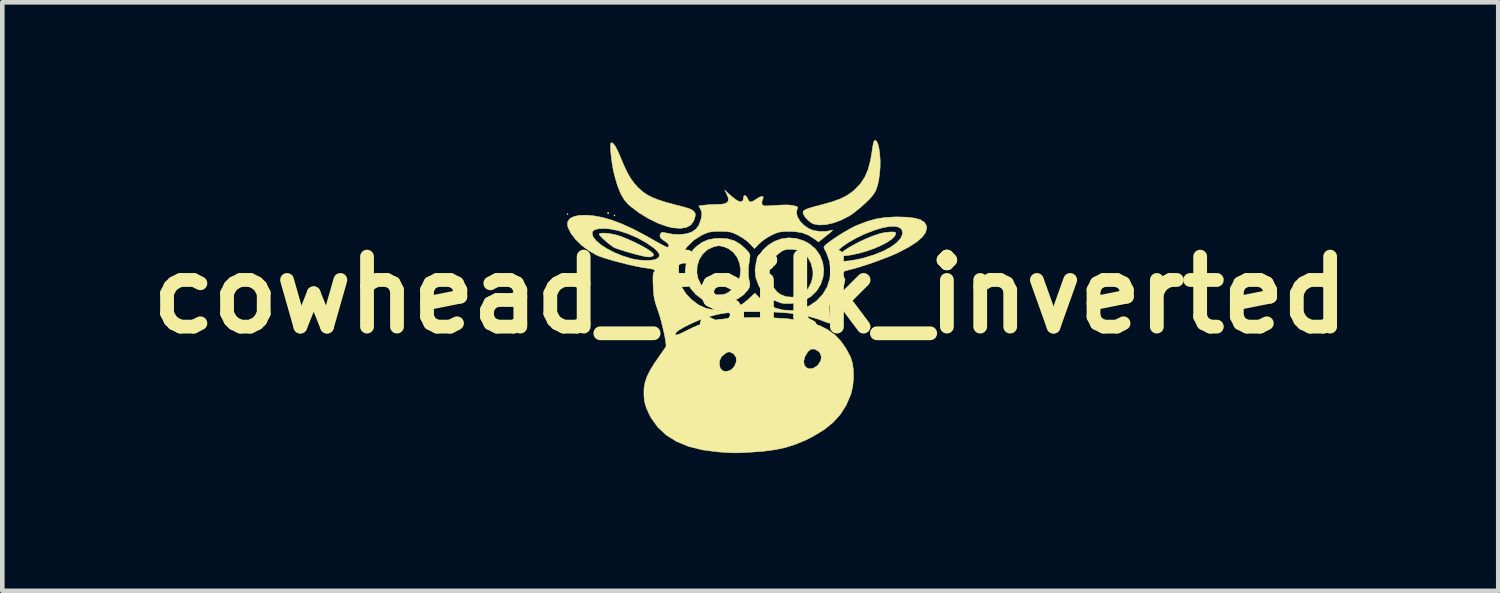
<source format=kicad_pcb>
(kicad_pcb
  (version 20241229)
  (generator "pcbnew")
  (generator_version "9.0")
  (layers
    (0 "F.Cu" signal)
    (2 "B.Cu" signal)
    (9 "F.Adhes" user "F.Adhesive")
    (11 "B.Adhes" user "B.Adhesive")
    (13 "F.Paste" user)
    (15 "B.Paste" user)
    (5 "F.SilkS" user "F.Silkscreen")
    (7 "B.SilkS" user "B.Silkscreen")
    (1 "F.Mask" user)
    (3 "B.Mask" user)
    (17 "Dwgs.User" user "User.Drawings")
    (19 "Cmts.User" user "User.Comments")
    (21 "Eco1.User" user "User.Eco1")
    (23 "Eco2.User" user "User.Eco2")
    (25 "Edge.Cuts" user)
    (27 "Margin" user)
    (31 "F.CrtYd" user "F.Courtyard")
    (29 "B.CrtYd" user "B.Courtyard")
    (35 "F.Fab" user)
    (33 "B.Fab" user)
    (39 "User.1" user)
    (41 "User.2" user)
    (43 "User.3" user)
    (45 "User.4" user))
  (footprint "cowhead_fsilk_inverted"
    (layer "F.Cu")
    (at 13.288 3.373)
    (property "Reference" "cowhead_fsilk_inverted" (at 0 0 0) (layer "F.SilkS") (effects (font (size 1.524 1.524) (thickness 0.3))))
    (attr through_hole)
    (fp_poly (pts (xy -3.967 -1.759) (xy -3.98 -1.747) (xy -3.992 -1.759) (xy -3.98 -1.772) (xy -3.967 -1.759)) (stroke (width 0.01) (type solid)) (fill yes) (layer "F.SilkS"))
    (fp_poly (pts (xy -2.944 -1.734) (xy -2.957 -1.722) (xy -2.969 -1.734) (xy -2.957 -1.747) (xy -2.944 -1.734)) (stroke (width 0.01) (type solid)) (fill yes) (layer "F.SilkS"))
    (fp_poly (pts (xy -3.077 -1.788) (xy -3.081 -1.773) (xy -3.094 -1.772) (xy -3.114 -1.781) (xy -3.111 -1.788) (xy -3.081 -1.791) (xy -3.077 -1.788)) (stroke (width 0.01) (type solid)) (fill yes) (layer "F.SilkS"))
    (fp_poly (pts (xy 3.142 -1.369) (xy 3.164 -1.357) (xy 3.169 -1.337) (xy 3.145 -1.279) (xy 3.08 -1.215) (xy 2.98 -1.147) (xy 2.852 -1.08) (xy 2.703 -1.015) (xy 2.54 -0.957) (xy 2.371 -0.909) (xy 2.201 -0.872) (xy 2.086 -0.856) (xy 2.004 -0.849) (xy 1.961 -0.852) (xy 1.949 -0.867) (xy 1.95 -0.876) (xy 1.981 -0.915) (xy 2.05 -0.969) (xy 2.149 -1.033) (xy 2.27 -1.101) (xy 2.404 -1.17) (xy 2.544 -1.234) (xy 2.556 -1.239) (xy 2.708 -1.299) (xy 2.83 -1.338) (xy 2.936 -1.36) (xy 3 -1.367) (xy 3.09 -1.372) (xy 3.142 -1.369)) (stroke (width 0.01) (type solid)) (fill yes) (layer "F.SilkS"))
    (fp_poly (pts (xy -3.126 -1.343) (xy -3.026 -1.33) (xy -2.923 -1.307) (xy -2.878 -1.295) (xy -2.761 -1.253) (xy -2.626 -1.196) (xy -2.487 -1.132) (xy -2.356 -1.064) (xy -2.245 -1.001) (xy -2.168 -0.947) (xy -2.163 -0.943) (xy -2.115 -0.898) (xy -2.103 -0.87) (xy -2.121 -0.849) (xy -2.156 -0.833) (xy -2.204 -0.827) (xy -2.271 -0.834) (xy -2.366 -0.853) (xy -2.496 -0.886) (xy -2.588 -0.911) (xy -2.711 -0.947) (xy -2.823 -0.982) (xy -2.91 -1.011) (xy -2.962 -1.032) (xy -2.962 -1.033) (xy -3.017 -1.068) (xy -3.086 -1.121) (xy -3.159 -1.183) (xy -3.225 -1.243) (xy -3.273 -1.293) (xy -3.293 -1.323) (xy -3.294 -1.324) (xy -3.271 -1.341) (xy -3.212 -1.347) (xy -3.126 -1.343)) (stroke (width 0.01) (type solid)) (fill yes) (layer "F.SilkS"))
    (fp_poly (pts (xy -2.986 -3.299) (xy -2.939 -3.237) (xy -2.884 -3.132) (xy -2.829 -3.005) (xy -2.751 -2.819) (xy -2.681 -2.671) (xy -2.613 -2.551) (xy -2.542 -2.45) (xy -2.462 -2.359) (xy -2.436 -2.332) (xy -2.348 -2.252) (xy -2.251 -2.184) (xy -2.138 -2.125) (xy -2 -2.07) (xy -1.831 -2.016) (xy -1.621 -1.96) (xy -1.57 -1.948) (xy -1.416 -1.907) (xy -1.307 -1.87) (xy -1.237 -1.83) (xy -1.202 -1.783) (xy -1.197 -1.725) (xy -1.218 -1.65) (xy -1.234 -1.608) (xy -1.295 -1.524) (xy -1.391 -1.471) (xy -1.521 -1.45) (xy -1.679 -1.462) (xy -1.796 -1.487) (xy -1.999 -1.558) (xy -2.213 -1.662) (xy -2.423 -1.79) (xy -2.611 -1.933) (xy -2.66 -1.976) (xy -2.747 -2.078) (xy -2.824 -2.214) (xy -2.894 -2.39) (xy -2.958 -2.611) (xy -2.959 -2.614) (xy -2.985 -2.73) (xy -3.007 -2.856) (xy -3.025 -2.983) (xy -3.037 -3.102) (xy -3.043 -3.204) (xy -3.042 -3.278) (xy -3.032 -3.316) (xy -3.027 -3.318) (xy -2.986 -3.299)) (stroke (width 0.01) (type solid)) (fill yes) (layer "F.SilkS"))
    (fp_poly (pts (xy 2.753 -3.345) (xy 2.781 -3.28) (xy 2.804 -3.184) (xy 2.82 -3.064) (xy 2.829 -2.929) (xy 2.828 -2.788) (xy 2.819 -2.664) (xy 2.797 -2.5) (xy 2.769 -2.373) (xy 2.731 -2.27) (xy 2.675 -2.179) (xy 2.596 -2.088) (xy 2.508 -2.002) (xy 2.407 -1.912) (xy 2.301 -1.825) (xy 2.206 -1.754) (xy 2.157 -1.722) (xy 1.985 -1.633) (xy 1.812 -1.569) (xy 1.649 -1.532) (xy 1.502 -1.524) (xy 1.381 -1.546) (xy 1.333 -1.569) (xy 1.256 -1.628) (xy 1.192 -1.699) (xy 1.154 -1.766) (xy 1.148 -1.797) (xy 1.154 -1.823) (xy 1.179 -1.846) (xy 1.227 -1.87) (xy 1.305 -1.897) (xy 1.42 -1.93) (xy 1.574 -1.97) (xy 1.784 -2.029) (xy 1.955 -2.091) (xy 2.096 -2.161) (xy 2.217 -2.243) (xy 2.274 -2.291) (xy 2.398 -2.42) (xy 2.493 -2.563) (xy 2.565 -2.729) (xy 2.618 -2.928) (xy 2.644 -3.081) (xy 2.663 -3.207) (xy 2.678 -3.291) (xy 2.692 -3.34) (xy 2.707 -3.363) (xy 2.72 -3.368) (xy 2.753 -3.345)) (stroke (width 0.01) (type solid)) (fill yes) (layer "F.SilkS"))
    (fp_poly (pts (xy 1.003 -1.23) (xy 1.173 -1.176) (xy 1.28 -1.118) (xy 1.418 -1.003) (xy 1.516 -0.865) (xy 1.577 -0.712) (xy 1.6 -0.55) (xy 1.585 -0.388) (xy 1.534 -0.232) (xy 1.447 -0.09) (xy 1.324 0.031) (xy 1.183 0.116) (xy 1.049 0.161) (xy 0.897 0.186) (xy 0.751 0.187) (xy 0.667 0.174) (xy 0.489 0.105) (xy 0.338 -0.003) (xy 0.218 -0.146) (xy 0.183 -0.207) (xy 0.121 -0.377) (xy 0.113 -0.454) (xy 0.414 -0.454) (xy 0.435 -0.311) (xy 0.492 -0.178) (xy 0.585 -0.066) (xy 0.657 -0.012) (xy 0.782 0.038) (xy 0.92 0.048) (xy 1.055 0.021) (xy 1.16 -0.036) (xy 1.26 -0.141) (xy 1.331 -0.274) (xy 1.365 -0.42) (xy 1.365 -0.511) (xy 1.328 -0.679) (xy 1.257 -0.814) (xy 1.155 -0.914) (xy 1.025 -0.976) (xy 0.923 -0.993) (xy 0.824 -0.995) (xy 0.749 -0.981) (xy 0.676 -0.947) (xy 0.559 -0.854) (xy 0.475 -0.735) (xy 0.427 -0.599) (xy 0.414 -0.454) (xy 0.113 -0.454) (xy 0.104 -0.543) (xy 0.127 -0.7) (xy 0.185 -0.845) (xy 0.273 -0.974) (xy 0.388 -1.082) (xy 0.523 -1.166) (xy 0.673 -1.221) (xy 0.835 -1.244) (xy 1.003 -1.23)) (stroke (width 0.01) (type solid)) (fill yes) (layer "F.SilkS"))
    (fp_poly (pts (xy -0.488 -1.222) (xy -0.345 -1.18) (xy -0.216 -1.103) (xy -0.111 -1.011) (xy -0.048 -0.944) (xy -0.015 -0.896) (xy -0.005 -0.854) (xy -0.01 -0.815) (xy -0.039 -0.602) (xy -0.041 -0.427) (xy -0.026 -0.328) (xy -0.01 -0.249) (xy -0.01 -0.195) (xy -0.03 -0.146) (xy -0.047 -0.116) (xy -0.144 -0.005) (xy -0.275 0.085) (xy -0.43 0.149) (xy -0.598 0.185) (xy -0.766 0.187) (xy -0.881 0.165) (xy -1.043 0.095) (xy -1.188 -0.014) (xy -1.305 -0.153) (xy -1.385 -0.312) (xy -1.4 -0.358) (xy -1.413 -0.474) (xy -1.162 -0.474) (xy -1.138 -0.356) (xy -1.07 -0.218) (xy -0.972 -0.11) (xy -0.854 -0.036) (xy -0.722 -0.002) (xy -0.585 -0.01) (xy -0.532 -0.026) (xy -0.472 -0.06) (xy -0.401 -0.114) (xy -0.367 -0.145) (xy -0.277 -0.263) (xy -0.225 -0.398) (xy -0.21 -0.541) (xy -0.23 -0.682) (xy -0.282 -0.813) (xy -0.365 -0.925) (xy -0.476 -1.01) (xy -0.568 -1.047) (xy -0.642 -1.066) (xy -0.694 -1.071) (xy -0.75 -1.061) (xy -0.804 -1.047) (xy -0.933 -0.987) (xy -1.037 -0.89) (xy -1.114 -0.766) (xy -1.157 -0.624) (xy -1.162 -0.474) (xy -1.413 -0.474) (xy -1.418 -0.516) (xy -1.396 -0.681) (xy -1.337 -0.841) (xy -1.246 -0.982) (xy -1.182 -1.048) (xy -1.05 -1.145) (xy -0.913 -1.204) (xy -0.755 -1.231) (xy -0.661 -1.234) (xy -0.488 -1.222)) (stroke (width 0.01) (type solid)) (fill yes) (layer "F.SilkS"))
    (fp_poly (pts (xy -0.444 -2.18) (xy -0.334 -2.088) (xy -0.249 -2.037) (xy -0.19 -2.028) (xy -0.157 -2.059) (xy -0.15 -2.108) (xy -0.138 -2.158) (xy -0.111 -2.167) (xy -0.078 -2.136) (xy -0.058 -2.096) (xy -0.027 -2.041) (xy 0.013 -2.025) (xy 0.072 -2.048) (xy 0.125 -2.083) (xy 0.195 -2.127) (xy 0.25 -2.146) (xy 0.281 -2.139) (xy 0.28 -2.106) (xy 0.275 -2.098) (xy 0.252 -2.027) (xy 0.258 -1.97) (xy 0.292 -1.942) (xy 0.292 -1.942) (xy 0.335 -1.94) (xy 0.414 -1.942) (xy 0.516 -1.948) (xy 0.573 -1.952) (xy 0.719 -1.96) (xy 0.831 -1.96) (xy 0.924 -1.949) (xy 1.004 -1.93) (xy 1.034 -1.912) (xy 1.025 -1.875) (xy 1.021 -1.868) (xy 1.005 -1.789) (xy 1.028 -1.699) (xy 1.084 -1.606) (xy 1.165 -1.52) (xy 1.265 -1.45) (xy 1.367 -1.407) (xy 1.513 -1.382) (xy 1.667 -1.386) (xy 1.791 -1.415) (xy 1.792 -1.408) (xy 1.76 -1.376) (xy 1.701 -1.326) (xy 1.659 -1.293) (xy 1.485 -1.154) (xy 1.409 -1.213) (xy 1.272 -1.3) (xy 1.129 -1.355) (xy 0.965 -1.38) (xy 0.861 -1.384) (xy 0.745 -1.382) (xy 0.66 -1.374) (xy 0.587 -1.356) (xy 0.507 -1.323) (xy 0.468 -1.305) (xy 0.361 -1.246) (xy 0.259 -1.173) (xy 0.195 -1.117) (xy 0.091 -1.009) (xy -0.008 -1.116) (xy -0.084 -1.184) (xy -0.184 -1.254) (xy -0.271 -1.304) (xy -0.357 -1.344) (xy -0.428 -1.368) (xy -0.503 -1.38) (xy -0.601 -1.384) (xy -0.661 -1.385) (xy -0.777 -1.383) (xy -0.862 -1.374) (xy -0.935 -1.355) (xy -1.015 -1.323) (xy -1.048 -1.307) (xy -1.23 -1.194) (xy -1.381 -1.046) (xy -1.492 -0.873) (xy -1.527 -0.794) (xy -1.547 -0.721) (xy -1.557 -0.636) (xy -1.558 -0.524) (xy -1.542 -0.334) (xy -1.492 -0.172) (xy -1.402 -0.028) (xy -1.284 0.097) (xy -1.128 0.215) (xy -0.963 0.291) (xy -0.777 0.328) (xy -0.661 0.333) (xy -0.464 0.317) (xy -0.295 0.267) (xy -0.141 0.178) (xy -0.038 0.091) (xy 0.1 -0.039) (xy 0.202 0.065) (xy 0.363 0.196) (xy 0.548 0.285) (xy 0.716 0.328) (xy 0.918 0.34) (xy 1.111 0.307) (xy 1.289 0.235) (xy 1.445 0.128) (xy 1.575 -0.009) (xy 1.673 -0.171) (xy 1.732 -0.355) (xy 1.749 -0.521) (xy 1.726 -0.731) (xy 1.693 -0.824) (xy 1.822 -0.824) (xy 1.841 -0.769) (xy 1.865 -0.749) (xy 1.924 -0.733) (xy 2.02 -0.731) (xy 2.145 -0.742) (xy 2.29 -0.765) (xy 2.443 -0.798) (xy 2.495 -0.812) (xy 2.714 -0.88) (xy 2.906 -0.959) (xy 3.066 -1.046) (xy 3.19 -1.138) (xy 3.275 -1.232) (xy 3.315 -1.326) (xy 3.318 -1.358) (xy 3.298 -1.429) (xy 3.239 -1.474) (xy 3.145 -1.494) (xy 3.021 -1.49) (xy 2.871 -1.461) (xy 2.698 -1.409) (xy 2.506 -1.334) (xy 2.314 -1.243) (xy 2.147 -1.149) (xy 2.011 -1.058) (xy 1.91 -0.971) (xy 1.846 -0.892) (xy 1.822 -0.824) (xy 1.693 -0.824) (xy 1.658 -0.923) (xy 1.63 -0.973) (xy 1.604 -1.024) (xy 1.607 -1.056) (xy 1.644 -1.093) (xy 1.648 -1.097) (xy 1.756 -1.18) (xy 1.891 -1.272) (xy 2.038 -1.364) (xy 2.181 -1.446) (xy 2.305 -1.509) (xy 2.33 -1.519) (xy 2.546 -1.601) (xy 2.742 -1.656) (xy 2.936 -1.687) (xy 3.148 -1.699) (xy 3.206 -1.7) (xy 3.418 -1.693) (xy 3.585 -1.672) (xy 3.708 -1.636) (xy 3.79 -1.584) (xy 3.834 -1.515) (xy 3.842 -1.455) (xy 3.818 -1.36) (xy 3.744 -1.259) (xy 3.623 -1.154) (xy 3.453 -1.044) (xy 3.237 -0.931) (xy 3.153 -0.892) (xy 3.026 -0.838) (xy 2.874 -0.779) (xy 2.707 -0.718) (xy 2.539 -0.66) (xy 2.382 -0.61) (xy 2.249 -0.571) (xy 2.165 -0.55) (xy 2.056 -0.52) (xy 1.994 -0.485) (xy 1.982 -0.445) (xy 2.018 -0.401) (xy 2.053 -0.37) (xy 2.063 -0.336) (xy 2.054 -0.28) (xy 2.046 -0.251) (xy 2.025 -0.181) (xy 1.992 -0.08) (xy 1.953 0.036) (xy 1.928 0.107) (xy 1.838 0.357) (xy 1.777 0.284) (xy 1.717 0.212) (xy 1.731 0.42) (xy 1.737 0.522) (xy 1.738 0.582) (xy 1.731 0.61) (xy 1.716 0.615) (xy 1.702 0.611) (xy 1.497 0.533) (xy 1.289 0.471) (xy 1.069 0.425) (xy 0.828 0.393) (xy 0.558 0.374) (xy 0.25 0.365) (xy 0.175 0.365) (xy -0.057 0.365) (xy -0.248 0.37) (xy -0.409 0.379) (xy -0.549 0.395) (xy -0.68 0.417) (xy -0.809 0.448) (xy -0.948 0.488) (xy -0.961 0.492) (xy -1.077 0.533) (xy -1.203 0.585) (xy -1.328 0.643) (xy -1.443 0.701) (xy -1.537 0.756) (xy -1.601 0.802) (xy -1.623 0.826) (xy -1.634 0.862) (xy -1.611 0.872) (xy -1.552 0.855) (xy -1.456 0.81) (xy -1.407 0.786) (xy -1.233 0.7) (xy -1.065 0.632) (xy -0.895 0.58) (xy -0.715 0.541) (xy -0.516 0.515) (xy -0.289 0.499) (xy -0.026 0.492) (xy 0.137 0.491) (xy 0.495 0.498) (xy 0.808 0.518) (xy 1.08 0.552) (xy 1.315 0.603) (xy 1.518 0.671) (xy 1.692 0.759) (xy 1.841 0.869) (xy 1.969 1.002) (xy 2.081 1.159) (xy 2.179 1.343) (xy 2.185 1.355) (xy 2.225 1.483) (xy 2.246 1.642) (xy 2.248 1.817) (xy 2.231 1.991) (xy 2.194 2.151) (xy 2.185 2.177) (xy 2.088 2.402) (xy 1.962 2.6) (xy 1.803 2.776) (xy 1.607 2.934) (xy 1.368 3.079) (xy 1.201 3.163) (xy 0.988 3.252) (xy 0.774 3.32) (xy 0.547 3.369) (xy 0.293 3.403) (xy 0.103 3.418) (xy -0.057 3.428) (xy -0.181 3.435) (xy -0.281 3.438) (xy -0.372 3.438) (xy -0.466 3.434) (xy -0.577 3.427) (xy -0.713 3.417) (xy -1.049 3.373) (xy -1.347 3.298) (xy -1.607 3.19) (xy -1.83 3.051) (xy -2.014 2.879) (xy -2.159 2.676) (xy -2.208 2.582) (xy -2.261 2.463) (xy -2.293 2.362) (xy -2.31 2.258) (xy -2.315 2.192) (xy -2.315 2.047) (xy -2.293 1.91) (xy -2.247 1.773) (xy -2.172 1.625) (xy -2.093 1.5) (xy -0.674 1.5) (xy -0.655 1.593) (xy -0.605 1.65) (xy -0.529 1.667) (xy -0.442 1.645) (xy -0.386 1.603) (xy -0.341 1.547) (xy -0.304 1.453) (xy 1.163 1.453) (xy 1.179 1.532) (xy 1.225 1.586) (xy 1.292 1.609) (xy 1.371 1.597) (xy 1.455 1.544) (xy 1.478 1.521) (xy 1.535 1.433) (xy 1.548 1.343) (xy 1.518 1.263) (xy 1.481 1.224) (xy 1.397 1.178) (xy 1.323 1.18) (xy 1.256 1.231) (xy 1.196 1.33) (xy 1.186 1.353) (xy 1.163 1.453) (xy -0.304 1.453) (xy -0.302 1.446) (xy -0.308 1.358) (xy -0.358 1.287) (xy -0.398 1.261) (xy -0.45 1.24) (xy -0.494 1.246) (xy -0.543 1.273) (xy -0.626 1.342) (xy -0.667 1.429) (xy -0.674 1.5) (xy -2.093 1.5) (xy -2.065 1.456) (xy -2.032 1.409) (xy -1.962 1.308) (xy -1.902 1.223) (xy -1.859 1.16) (xy -1.838 1.129) (xy -1.837 1.127) (xy -1.834 1.089) (xy -1.842 1.013) (xy -1.86 0.909) (xy -1.886 0.787) (xy -1.917 0.657) (xy -1.95 0.528) (xy -1.985 0.411) (xy -2.012 0.332) (xy -2.054 0.21) (xy -2.082 0.11) (xy -2.1 0.01) (xy -2.11 -0.107) (xy -2.115 -0.196) (xy -2.119 -0.329) (xy -2.118 -0.42) (xy -2.11 -0.474) (xy -2.097 -0.498) (xy -2.096 -0.499) (xy -2.073 -0.527) (xy -2.098 -0.552) (xy -2.169 -0.573) (xy -2.257 -0.585) (xy -2.37 -0.602) (xy -2.513 -0.63) (xy -2.674 -0.667) (xy -2.843 -0.709) (xy -3.007 -0.754) (xy -3.155 -0.798) (xy -3.277 -0.839) (xy -3.356 -0.872) (xy -3.523 -0.969) (xy -3.676 -1.085) (xy -3.806 -1.213) (xy -3.9 -1.337) (xy -3.443 -1.337) (xy -3.42 -1.261) (xy -3.354 -1.178) (xy -3.252 -1.092) (xy -3.121 -1.007) (xy -2.965 -0.926) (xy -2.793 -0.855) (xy -2.609 -0.797) (xy -2.557 -0.783) (xy -2.444 -0.763) (xy -2.32 -0.753) (xy -2.201 -0.753) (xy -2.102 -0.764) (xy -2.046 -0.781) (xy -1.988 -0.825) (xy -1.977 -0.877) (xy -2.011 -0.941) (xy -2.092 -1.018) (xy -2.1 -1.024) (xy -2.271 -1.142) (xy -2.465 -1.248) (xy -2.67 -1.336) (xy -2.873 -1.401) (xy -3.061 -1.439) (xy -3.173 -1.447) (xy -3.299 -1.442) (xy -3.383 -1.423) (xy -3.429 -1.39) (xy -3.443 -1.339) (xy -3.443 -1.337) (xy -3.9 -1.337) (xy -3.906 -1.345) (xy -3.968 -1.472) (xy -3.978 -1.506) (xy -3.977 -1.592) (xy -3.933 -1.659) (xy -3.847 -1.706) (xy -3.723 -1.733) (xy -3.563 -1.737) (xy -3.414 -1.724) (xy -3.221 -1.689) (xy -3.017 -1.63) (xy -2.796 -1.547) (xy -2.553 -1.436) (xy -2.284 -1.295) (xy -2.048 -1.162) (xy -1.951 -1.107) (xy -1.87 -1.066) (xy -1.813 -1.041) (xy -1.793 -1.038) (xy -1.771 -1.073) (xy -1.793 -1.118) (xy -1.855 -1.169) (xy -1.871 -1.178) (xy -1.943 -1.23) (xy -1.969 -1.282) (xy -1.952 -1.339) (xy -1.949 -1.343) (xy -1.926 -1.362) (xy -1.882 -1.361) (xy -1.82 -1.347) (xy -1.677 -1.321) (xy -1.529 -1.317) (xy -1.392 -1.332) (xy -1.284 -1.366) (xy -1.282 -1.367) (xy -1.187 -1.431) (xy -1.122 -1.515) (xy -1.078 -1.632) (xy -1.069 -1.667) (xy -1.055 -1.75) (xy -1.059 -1.809) (xy -1.081 -1.863) (xy -1.121 -1.94) (xy -1.006 -1.955) (xy -0.916 -1.964) (xy -0.805 -1.97) (xy -0.731 -1.971) (xy -0.603 -1.978) (xy -0.52 -2.002) (xy -0.479 -2.046) (xy -0.479 -2.112) (xy -0.515 -2.203) (xy -0.515 -2.203) (xy -0.556 -2.283) (xy -0.444 -2.18)) (stroke (width 0.01) (type solid)) (fill yes) (layer "F.SilkS")))
  (gr_rect
    (start -3 -3)
    (end 29.576 9.816)
    (stroke (width 0.1) (type default))
    (fill no)
    (layer "Edge.Cuts")))
</source>
